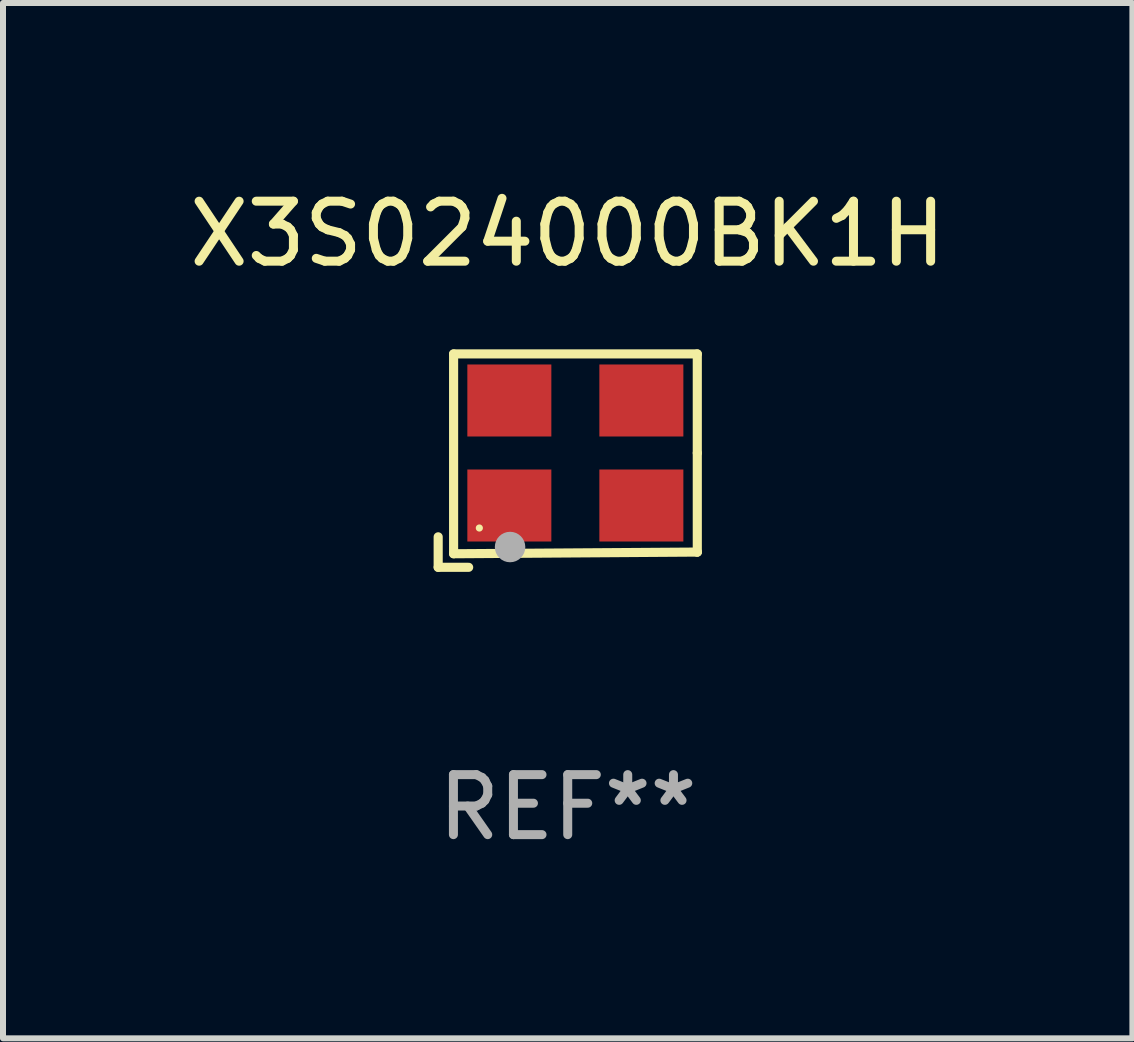
<source format=kicad_pcb>
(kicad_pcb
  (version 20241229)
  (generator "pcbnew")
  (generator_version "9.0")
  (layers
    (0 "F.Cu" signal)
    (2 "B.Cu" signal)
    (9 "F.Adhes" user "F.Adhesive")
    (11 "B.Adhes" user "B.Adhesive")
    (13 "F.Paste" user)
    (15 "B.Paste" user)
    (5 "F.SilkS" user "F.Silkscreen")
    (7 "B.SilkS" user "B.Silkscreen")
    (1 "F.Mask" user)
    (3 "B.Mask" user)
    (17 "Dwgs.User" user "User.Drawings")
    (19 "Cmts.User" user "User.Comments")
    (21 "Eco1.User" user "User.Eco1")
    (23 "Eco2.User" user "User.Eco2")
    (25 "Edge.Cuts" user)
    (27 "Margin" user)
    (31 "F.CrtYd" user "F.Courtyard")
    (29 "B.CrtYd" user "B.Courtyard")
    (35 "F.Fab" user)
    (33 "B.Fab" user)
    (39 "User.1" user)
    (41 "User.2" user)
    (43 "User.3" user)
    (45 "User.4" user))
  (footprint "X3S024000BK1H"
    (layer "F.Cu")
    (at 6.411 4.626)
    (property "Reference" "X3S024000BK1H" (at 0 -3.778 0) (layer "F.SilkS") (effects (font (size 1 1) (thickness 0.15))))
    (attr through_hole)
    (fp_line (start -2.159 1.27) (end -2.159 1.778) (stroke (width 0.152) (type solid)) (layer "F.SilkS"))
    (fp_line (start -2.159 1.778) (end -1.651 1.778) (stroke (width 0.152) (type solid)) (layer "F.SilkS"))
    (fp_line (start -1.902 -1.778) (end 2.159 -1.778) (stroke (width 0.152) (type solid)) (layer "F.SilkS"))
    (fp_line (start -1.902 1.552) (end -1.902 -1.778) (stroke (width 0.152) (type solid)) (layer "F.SilkS"))
    (fp_line (start 2.159 -1.778) (end 2.159 -0.127) (stroke (width 0.152) (type solid)) (layer "F.SilkS"))
    (fp_line (start 2.159 -0.127) (end 2.159 1.524) (stroke (width 0.152) (type solid)) (layer "F.SilkS"))
    (fp_line (start 2.159 1.524) (end -1.902 1.552) (stroke (width 0.152) (type solid)) (layer "F.SilkS"))
    (fp_line (start 2.159 1.524) (end 2.159 1.524) (stroke (width 0.152) (type solid)) (layer "F.SilkS"))
    (fp_circle (center -1.473 1.123) (end -1.443 1.123) (stroke (width 0.06) (type solid)) (fill no) (layer "F.SilkS"))
    (fp_circle (center -0.961 1.44) (end -0.834 1.44) (stroke (width 0.254) (type solid)) (fill no) (layer "F.Fab"))
    (fp_text user "REF**" (at 0 5.778 0) (layer "F.Fab") (effects (font (size 1 1) (thickness 0.15))))
    (pad "1" smd rect (at -0.973 0.748) (size 1.4 1.2) (layers "F.Cu" "F.Mask" "F.Paste"))
    (pad "2" smd rect (at 1.227 0.748) (size 1.4 1.2) (layers "F.Cu" "F.Mask" "F.Paste"))
    (pad "3" smd rect (at 1.227 -1.002) (size 1.4 1.2) (layers "F.Cu" "F.Mask" "F.Paste"))
    (pad "4" smd rect (at -0.973 -1.002) (size 1.4 1.2) (layers "F.Cu" "F.Mask" "F.Paste")))
  (gr_rect
    (start -3 -3)
    (end 15.821 14.253)
    (stroke (width 0.1) (type default))
    (fill no)
    (layer "Edge.Cuts")))
</source>
